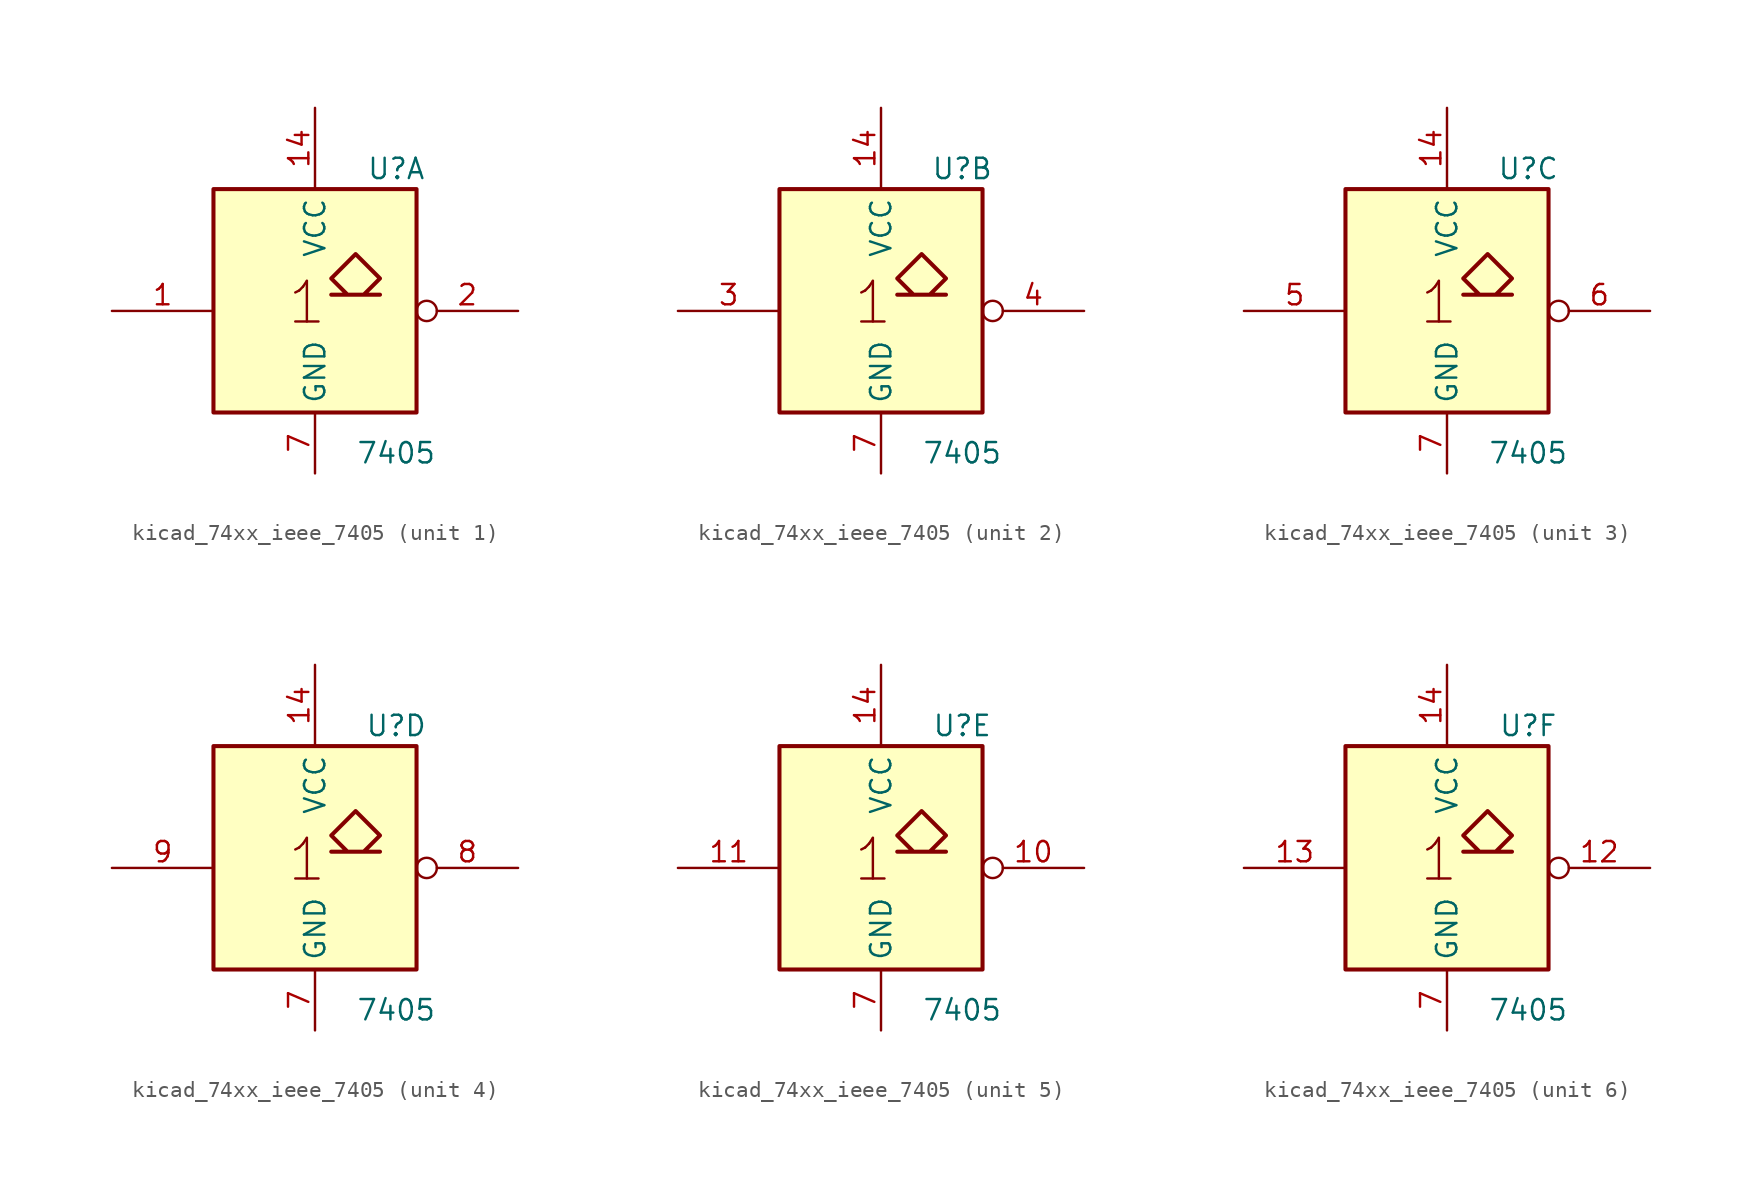
<source format=kicad_sym>
(kicad_symbol_lib
  (version 20220914)
  (generator kicad_symbol_editor)
  (symbol "kicad_74xx_ieee_7405"
    (property "Reference" "U"
      (at 5.08 8.89 0)
      (effects (font (size 1.27 1.27))))
    (property "Value" "7405"
      (at 5.08 -8.89 0)
      (effects (font (size 1.27 1.27))))
    (symbol "kicad_74xx_ieee_7405_0_0"
      (text "1" (at -0.508 0.508 0) (effects (font (size 2.54 2.54)))))
    (symbol "kicad_74xx_ieee_7405_0_1"
      (rectangle (start -6.35 7.62) (end 6.35 -6.35) (stroke (width 0.254) (type default)) (fill (type background)))
      (polyline (pts (xy 3.048 1.016) (xy 4.064 2.032) (xy 2.54 3.556) (xy 1.016 2.032) (xy 2.032 1.016) (xy 1.016 1.016) (xy 4.064 1.016) (xy 4.064 1.016)) (stroke (width 0.254) (type default)) (fill (type background)))
      (pin power_in line (at 0 12.7 270) (length 5.08) (name "VCC" (effects (font (size 1.27 1.27)))) (number "14" (effects (font (size 1.27 1.27)))))
      (pin power_in line (at 0 -10.16 90) (length 3.81) (name "GND" (effects (font (size 1.27 1.27)))) (number "7" (effects (font (size 1.27 1.27))))))
    (symbol "kicad_74xx_ieee_7405_1_1"
      (pin input line (at -12.7 0 0) (length 6.35) (name "~" (effects (font (size 1.27 1.27)))) (number "1" (effects (font (size 1.27 1.27)))))
      (pin open_collector inverted (at 12.7 0 180) (length 6.35) (name "~" (effects (font (size 1.27 1.27)))) (number "2" (effects (font (size 1.27 1.27))))))
    (symbol "kicad_74xx_ieee_7405_2_1"
      (pin input line (at -12.7 0 0) (length 6.35) (name "~" (effects (font (size 1.27 1.27)))) (number "3" (effects (font (size 1.27 1.27)))))
      (pin open_collector inverted (at 12.7 0 180) (length 6.35) (name "~" (effects (font (size 1.27 1.27)))) (number "4" (effects (font (size 1.27 1.27))))))
    (symbol "kicad_74xx_ieee_7405_3_1"
      (pin input line (at -12.7 0 0) (length 6.35) (name "~" (effects (font (size 1.27 1.27)))) (number "5" (effects (font (size 1.27 1.27)))))
      (pin open_collector inverted (at 12.7 0 180) (length 6.35) (name "~" (effects (font (size 1.27 1.27)))) (number "6" (effects (font (size 1.27 1.27))))))
    (symbol "kicad_74xx_ieee_7405_4_1"
      (pin open_collector inverted (at 12.7 0 180) (length 6.35) (name "~" (effects (font (size 1.27 1.27)))) (number "8" (effects (font (size 1.27 1.27)))))
      (pin input line (at -12.7 0 0) (length 6.35) (name "~" (effects (font (size 1.27 1.27)))) (number "9" (effects (font (size 1.27 1.27))))))
    (symbol "kicad_74xx_ieee_7405_5_1"
      (pin open_collector inverted (at 12.7 0 180) (length 6.35) (name "~" (effects (font (size 1.27 1.27)))) (number "10" (effects (font (size 1.27 1.27)))))
      (pin input line (at -12.7 0 0) (length 6.35) (name "~" (effects (font (size 1.27 1.27)))) (number "11" (effects (font (size 1.27 1.27))))))
    (symbol "kicad_74xx_ieee_7405_6_1"
      (pin open_collector inverted (at 12.7 0 180) (length 6.35) (name "~" (effects (font (size 1.27 1.27)))) (number "12" (effects (font (size 1.27 1.27)))))
      (pin input line (at -12.7 0 0) (length 6.35) (name "~" (effects (font (size 1.27 1.27)))) (number "13" (effects (font (size 1.27 1.27))))))))
</source>
